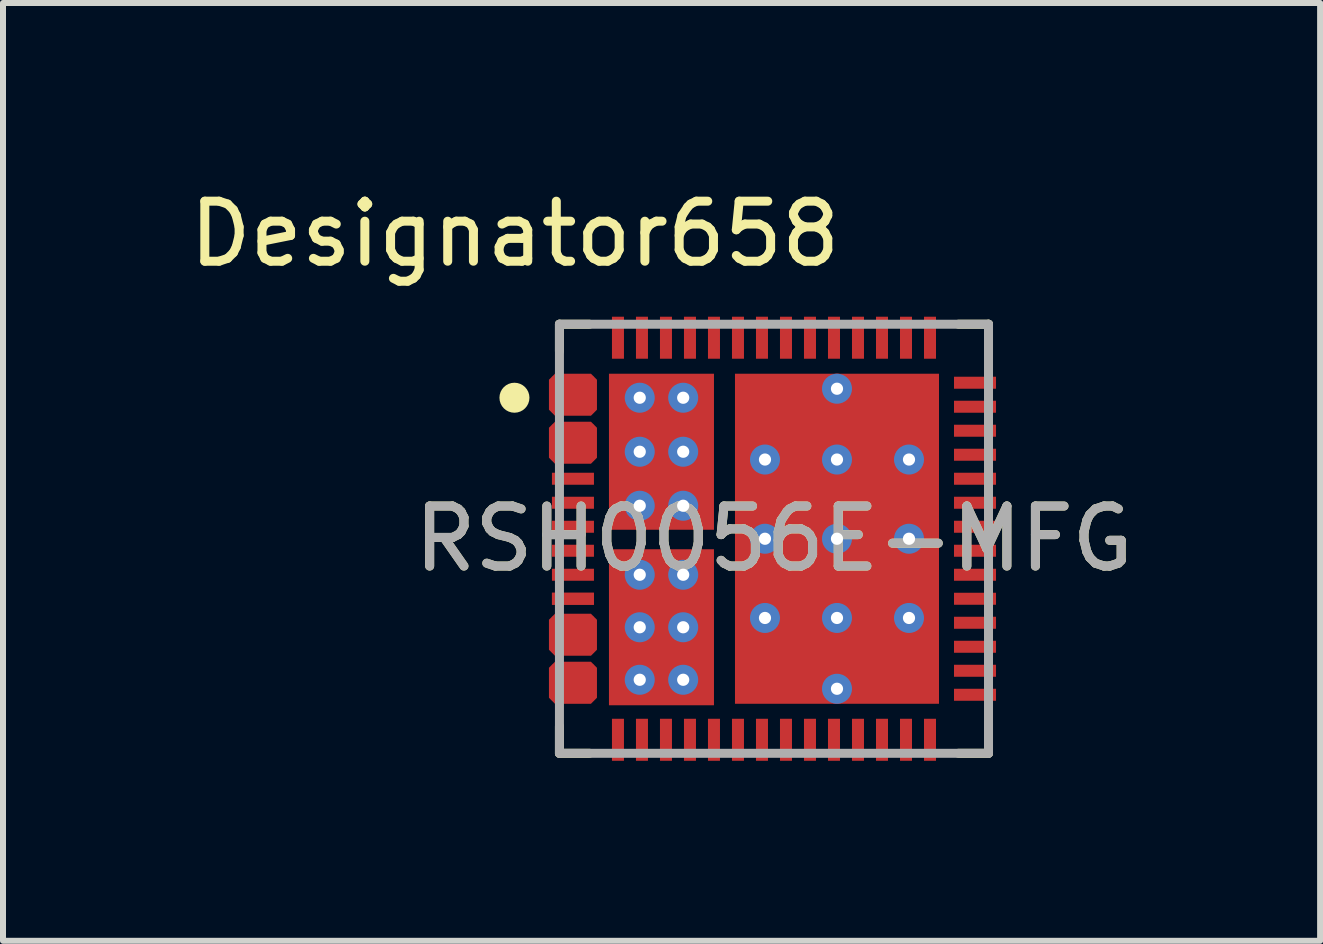
<source format=kicad_pcb>
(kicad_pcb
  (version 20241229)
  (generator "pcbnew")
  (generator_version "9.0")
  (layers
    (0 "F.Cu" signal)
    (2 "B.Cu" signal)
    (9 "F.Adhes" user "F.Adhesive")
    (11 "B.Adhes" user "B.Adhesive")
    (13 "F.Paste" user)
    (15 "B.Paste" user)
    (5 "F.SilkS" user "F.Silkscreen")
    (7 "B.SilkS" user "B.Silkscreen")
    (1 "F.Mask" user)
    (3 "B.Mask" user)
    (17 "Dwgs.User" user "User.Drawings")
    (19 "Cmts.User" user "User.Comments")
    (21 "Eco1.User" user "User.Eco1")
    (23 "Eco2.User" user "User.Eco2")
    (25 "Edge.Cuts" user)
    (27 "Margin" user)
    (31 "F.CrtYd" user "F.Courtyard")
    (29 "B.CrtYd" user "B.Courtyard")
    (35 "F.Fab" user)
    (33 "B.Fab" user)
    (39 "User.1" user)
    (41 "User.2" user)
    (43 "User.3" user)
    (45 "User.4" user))
  (footprint "RSH0056E-MFG"
    (layer "F.Cu")
    (at 9.848 5.928)
    (property "Reference" "RSH0056E-MFG" (at 0 0 0) (unlocked yes) (layer "F.SilkS") (effects (font (size 1 1) (thickness 0.15))))
    (attr smd)
    (fp_poly (pts (xy -3.75 -1.35) (xy -3.75 -1.85) (xy -3.65 -1.95) (xy -3.05 -1.95) (xy -2.95 -1.85) (xy -2.95 -1.35) (xy -3.05 -1.25) (xy -3.65 -1.25)) (stroke (width 0) (type solid)) (fill yes) (layer "F.Cu"))
    (fp_poly (pts (xy -3.75 2.65) (xy -3.75 2.15) (xy -3.65 2.05) (xy -3.05 2.05) (xy -2.95 2.15) (xy -2.95 2.65) (xy -3.05 2.75) (xy -3.65 2.75)) (stroke (width 0) (type solid)) (fill yes) (layer "F.Cu"))
    (fp_poly (pts (xy -3.75 -2.15) (xy -3.75 -2.65) (xy -3.65 -2.75) (xy -3.05 -2.75) (xy -2.95 -2.65) (xy -2.95 -2.15) (xy -3.05 -2.05) (xy -3.65 -2.05)) (stroke (width 0) (type solid)) (fill yes) (layer "F.Cu"))
    (fp_poly (pts (xy -3.75 1.85) (xy -3.75 1.35) (xy -3.65 1.25) (xy -3.05 1.25) (xy -2.95 1.35) (xy -2.95 1.85) (xy -3.05 1.95) (xy -3.65 1.95)) (stroke (width 0) (type solid)) (fill yes) (layer "F.Cu"))
    (fp_poly (pts (xy -0.95 -0.2) (xy -1.05 -0.1) (xy -2.7 -0.1) (xy -2.8 -0.2) (xy -2.8 -2.7) (xy -2.7 -2.8) (xy -1.05 -2.8) (xy -0.95 -2.7)) (stroke (width 0) (type solid)) (fill yes) (layer "F.Mask"))
    (fp_poly (pts (xy -0.95 0.225) (xy -0.95 2.725) (xy -1.05 2.825) (xy -2.7 2.825) (xy -2.8 2.725) (xy -2.8 0.225) (xy -2.7 0.125) (xy -1.05 0.125)) (stroke (width 0) (type solid)) (fill yes) (layer "F.Mask"))
    (fp_poly (pts (xy 2.8 2.7) (xy 2.7 2.8) (xy -0.6 2.8) (xy -0.7 2.7) (xy -0.7 -2.7) (xy -0.6 -2.8) (xy 2.7 -2.8) (xy 2.8 -2.7)) (stroke (width 0) (type solid)) (fill yes) (layer "F.Mask"))
    (fp_poly (pts (xy -3.65 -2.7) (xy -3.7 -2.65) (xy -3.7 -2.55) (xy -3.65 -2.5) (xy -3.25 -2.5) (xy -3.2 -2.45) (xy -3.2 -2.35) (xy -3.25 -2.3) (xy -3.65 -2.3) (xy -3.7 -2.25) (xy -3.7 -2.15) (xy -3.65 -2.1) (xy -3.05 -2.1) (xy -3 -2.15) (xy -3 -2.65) (xy -3.05 -2.7)) (stroke (width 0) (type solid)) (fill yes) (layer "F.Mask"))
    (fp_poly (pts (xy -3.65 1.3) (xy -3.7 1.35) (xy -3.7 1.45) (xy -3.65 1.5) (xy -3.25 1.5) (xy -3.2 1.55) (xy -3.2 1.65) (xy -3.25 1.7) (xy -3.65 1.7) (xy -3.7 1.75) (xy -3.7 1.85) (xy -3.65 1.9) (xy -3.05 1.9) (xy -3 1.85) (xy -3 1.35) (xy -3.05 1.3)) (stroke (width 0) (type solid)) (fill yes) (layer "F.Mask"))
    (fp_poly (pts (xy -3.65 2.1) (xy -3.7 2.15) (xy -3.7 2.25) (xy -3.65 2.3) (xy -3.25 2.3) (xy -3.2 2.35) (xy -3.2 2.45) (xy -3.25 2.5) (xy -3.65 2.5) (xy -3.7 2.55) (xy -3.7 2.65) (xy -3.65 2.7) (xy -3.05 2.7) (xy -3 2.65) (xy -3 2.15) (xy -3.05 2.1)) (stroke (width 0) (type solid)) (fill yes) (layer "F.Mask"))
    (fp_poly (pts (xy -3.35 -1.9) (xy -3.65 -1.9) (xy -3.7 -1.85) (xy -3.7 -1.75) (xy -3.65 -1.7) (xy -3.25 -1.7) (xy -3.2 -1.65) (xy -3.2 -1.55) (xy -3.25 -1.5) (xy -3.65 -1.5) (xy -3.7 -1.45) (xy -3.7 -1.35) (xy -3.65 -1.3) (xy -3.05 -1.3) (xy -3 -1.35) (xy -3 -1.85) (xy -3.05 -1.9)) (stroke (width 0) (type solid)) (fill yes) (layer "F.Mask"))
    (fp_line (start -3.575 -3.575) (end -3.075 -3.575) (stroke (width 0.15) (type solid)) (layer "F.SilkS"))
    (fp_line (start -3.575 -3.125) (end -3.575 -3.575) (stroke (width 0.15) (type solid)) (layer "F.SilkS"))
    (fp_line (start -3.575 3.575) (end -3.575 3.125) (stroke (width 0.15) (type solid)) (layer "F.SilkS"))
    (fp_line (start -3.575 3.575) (end -3.075 3.575) (stroke (width 0.15) (type solid)) (layer "F.SilkS"))
    (fp_line (start 3.075 -3.575) (end 3.575 -3.575) (stroke (width 0.15) (type solid)) (layer "F.SilkS"))
    (fp_line (start 3.075 3.575) (end 3.575 3.575) (stroke (width 0.15) (type solid)) (layer "F.SilkS"))
    (fp_line (start 3.575 -3.075) (end 3.575 -3.575) (stroke (width 0.15) (type solid)) (layer "F.SilkS"))
    (fp_line (start 3.575 3.575) (end 3.575 3.075) (stroke (width 0.15) (type solid)) (layer "F.SilkS"))
    (fp_circle (center -4.325 -2.35) (end -4.2 -2.35) (stroke (width 0.25) (type solid)) (fill no) (layer "F.SilkS"))
    (fp_poly (pts (xy -2.61 1.325) (xy -2.61 0.275) (xy -2.56 0.225) (xy -1.19 0.225) (xy -1.14 0.275) (xy -1.14 1.325) (xy -1.19 1.375) (xy -2.56 1.375)) (stroke (width 0) (type solid)) (fill yes) (layer "F.Paste"))
    (fp_poly (pts (xy -2.56 -1.55) (xy -2.61 -1.6) (xy -2.61 -2.65) (xy -2.56 -2.7) (xy -1.19 -2.7) (xy -1.14 -2.65) (xy -1.14 -1.6) (xy -1.19 -1.55)) (stroke (width 0) (type solid)) (fill yes) (layer "F.Paste"))
    (fp_poly (pts (xy -2.56 -1.35) (xy -1.19 -1.35) (xy -1.14 -1.3) (xy -1.14 -0.25) (xy -1.19 -0.2) (xy -2.56 -0.2) (xy -2.61 -0.25) (xy -2.61 -1.3)) (stroke (width 0) (type solid)) (fill yes) (layer "F.Paste"))
    (fp_poly (pts (xy -2.56 1.575) (xy -1.19 1.575) (xy -1.14 1.625) (xy -1.14 2.675) (xy -1.19 2.725) (xy -2.56 2.725) (xy -2.61 2.675) (xy -2.61 1.625)) (stroke (width 0) (type solid)) (fill yes) (layer "F.Paste"))
    (fp_poly (pts (xy -0.47 -1.42) (xy -0.52 -1.47) (xy -0.52 -2.49) (xy -0.47 -2.54) (xy 0.9 -2.54) (xy 0.95 -2.49) (xy 0.95 -1.47) (xy 0.9 -1.42)) (stroke (width 0) (type solid)) (fill yes) (layer "F.Paste"))
    (fp_poly (pts (xy -0.47 1.42) (xy 0.9 1.42) (xy 0.95 1.47) (xy 0.95 2.49) (xy 0.9 2.54) (xy -0.47 2.54) (xy -0.52 2.49) (xy -0.52 1.47)) (stroke (width 0) (type solid)) (fill yes) (layer "F.Paste"))
    (fp_poly (pts (xy 0.95 -0.15) (xy 0.9 -0.1) (xy -0.47 -0.1) (xy -0.52 -0.15) (xy -0.52 -1.17) (xy -0.47 -1.22) (xy 0.9 -1.22) (xy 0.95 -1.17)) (stroke (width 0) (type solid)) (fill yes) (layer "F.Paste"))
    (fp_poly (pts (xy 0.95 1.17) (xy 0.9 1.22) (xy -0.47 1.22) (xy -0.52 1.17) (xy -0.52 0.15) (xy -0.47 0.1) (xy 0.9 0.1) (xy 0.95 0.15)) (stroke (width 0) (type solid)) (fill yes) (layer "F.Paste"))
    (fp_poly (pts (xy 1.2 -2.54) (xy 2.57 -2.54) (xy 2.62 -2.49) (xy 2.62 -1.47) (xy 2.57 -1.42) (xy 1.2 -1.42) (xy 1.15 -1.47) (xy 1.15 -2.49)) (stroke (width 0) (type solid)) (fill yes) (layer "F.Paste"))
    (fp_poly (pts (xy 2.57 0.1) (xy 2.62 0.15) (xy 2.62 1.17) (xy 2.57 1.22) (xy 1.2 1.22) (xy 1.15 1.17) (xy 1.15 0.15) (xy 1.2 0.1)) (stroke (width 0) (type solid)) (fill yes) (layer "F.Paste"))
    (fp_poly (pts (xy 2.57 2.54) (xy 1.2 2.54) (xy 1.15 2.49) (xy 1.15 1.47) (xy 1.2 1.42) (xy 2.57 1.42) (xy 2.62 1.47) (xy 2.62 2.49)) (stroke (width 0) (type solid)) (fill yes) (layer "F.Paste"))
    (fp_poly (pts (xy 2.62 -1.17) (xy 2.62 -0.15) (xy 2.57 -0.1) (xy 1.2 -0.1) (xy 1.15 -0.15) (xy 1.15 -1.17) (xy 1.2 -1.22) (xy 2.57 -1.22)) (stroke (width 0) (type solid)) (fill yes) (layer "F.Paste"))
    (fp_poly (pts (xy -3.65 -2.7) (xy -3.7 -2.65) (xy -3.7 -2.55) (xy -3.65 -2.5) (xy -3.25 -2.5) (xy -3.2 -2.45) (xy -3.2 -2.35) (xy -3.25 -2.3) (xy -3.65 -2.3) (xy -3.7 -2.25) (xy -3.7 -2.15) (xy -3.65 -2.1) (xy -3.05 -2.1) (xy -3 -2.15) (xy -3 -2.65) (xy -3.05 -2.7)) (stroke (width 0) (type solid)) (fill yes) (layer "F.Paste"))
    (fp_poly (pts (xy -3.65 1.3) (xy -3.7 1.35) (xy -3.7 1.45) (xy -3.65 1.5) (xy -3.25 1.5) (xy -3.2 1.55) (xy -3.2 1.65) (xy -3.25 1.7) (xy -3.65 1.7) (xy -3.7 1.75) (xy -3.7 1.85) (xy -3.65 1.9) (xy -3.05 1.9) (xy -3 1.85) (xy -3 1.35) (xy -3.05 1.3)) (stroke (width 0) (type solid)) (fill yes) (layer "F.Paste"))
    (fp_poly (pts (xy -3.65 2.1) (xy -3.7 2.15) (xy -3.7 2.25) (xy -3.65 2.3) (xy -3.25 2.3) (xy -3.2 2.35) (xy -3.2 2.45) (xy -3.25 2.5) (xy -3.65 2.5) (xy -3.7 2.55) (xy -3.7 2.65) (xy -3.65 2.7) (xy -3.05 2.7) (xy -3 2.65) (xy -3 2.15) (xy -3.05 2.1)) (stroke (width 0) (type solid)) (fill yes) (layer "F.Paste"))
    (fp_poly (pts (xy -3.35 -1.9) (xy -3.65 -1.9) (xy -3.7 -1.85) (xy -3.7 -1.75) (xy -3.65 -1.7) (xy -3.25 -1.7) (xy -3.2 -1.65) (xy -3.2 -1.55) (xy -3.25 -1.5) (xy -3.65 -1.5) (xy -3.7 -1.45) (xy -3.7 -1.35) (xy -3.65 -1.3) (xy -3.05 -1.3) (xy -3 -1.35) (xy -3 -1.85) (xy -3.05 -1.9)) (stroke (width 0) (type solid)) (fill yes) (layer "F.Paste"))
    (fp_line (start -3.575 -3.575) (end 3.575 -3.575) (stroke (width 0.15) (type solid)) (layer "F.Fab"))
    (fp_line (start -3.575 3.575) (end -3.575 -3.575) (stroke (width 0.15) (type solid)) (layer "F.Fab"))
    (fp_line (start -3.575 3.575) (end 3.575 3.575) (stroke (width 0.15) (type solid)) (layer "F.Fab"))
    (fp_line (start 3.575 3.575) (end 3.575 -3.575) (stroke (width 0.15) (type solid)) (layer "F.Fab"))
    (fp_text user "Designator658" (at -4.318 -5.08 0) (unlocked yes) (layer "F.SilkS") (effects (font (size 1 1) (thickness 0.15))))
    (fp_text user "${REFERENCE}" (at 0 0 0) (unlocked yes) (layer "F.Fab") (effects (font (size 1 1) (thickness 0.15))))
    (pad "1" smd rect (at -3.35 -2.6) (size 0.7 0.2) (layers "F.Cu"))
    (pad "2" smd rect (at -3.35 -2.2) (size 0.7 0.2) (layers "F.Cu"))
    (pad "3" smd rect (at -3.35 -1.8) (size 0.7 0.2) (layers "F.Cu"))
    (pad "4" smd rect (at -3.35 -1.4) (size 0.7 0.2) (layers "F.Cu"))
    (pad "5" smd rect (at -3.35 -1) (size 0.7 0.2) (layers "F.Cu" "F.Mask" "F.Paste"))
    (pad "6" smd rect (at -3.35 -0.6) (size 0.7 0.2) (layers "F.Cu" "F.Mask" "F.Paste"))
    (pad "7" smd rect (at -3.35 -0.2) (size 0.7 0.2) (layers "F.Cu" "F.Mask" "F.Paste"))
    (pad "8" smd rect (at -3.35 0.2) (size 0.7 0.2) (layers "F.Cu" "F.Mask" "F.Paste"))
    (pad "9" smd rect (at -3.35 0.6) (size 0.7 0.2) (layers "F.Cu" "F.Mask" "F.Paste"))
    (pad "10" smd rect (at -3.35 1) (size 0.7 0.2) (layers "F.Cu" "F.Mask" "F.Paste"))
    (pad "11" smd rect (at -3.35 1) (size 0.7 0.2) (layers "F.Cu" "F.Mask" "F.Paste"))
    (pad "12" smd rect (at -3.35 1.4) (size 0.7 0.2) (layers "F.Cu"))
    (pad "13" smd rect (at -3.35 1.8) (size 0.7 0.2) (layers "F.Cu"))
    (pad "14" smd rect (at -3.35 2.2) (size 0.7 0.2) (layers "F.Cu"))
    (pad "15" smd rect (at -3.35 2.6) (size 0.7 0.2) (layers "F.Cu"))
    (pad "16" smd rect (at -2.6 3.35 90) (size 0.7 0.2) (layers "F.Cu" "F.Mask" "F.Paste"))
    (pad "17" smd rect (at -2.2 3.35 90) (size 0.7 0.2) (layers "F.Cu" "F.Mask" "F.Paste"))
    (pad "18" smd rect (at -1.8 3.35 90) (size 0.7 0.2) (layers "F.Cu" "F.Mask" "F.Paste"))
    (pad "19" smd rect (at -1.4 3.35 90) (size 0.7 0.2) (layers "F.Cu" "F.Mask" "F.Paste"))
    (pad "20" smd rect (at -1 3.35 90) (size 0.7 0.2) (layers "F.Cu" "F.Mask" "F.Paste"))
    (pad "21" smd rect (at -0.6 3.35 90) (size 0.7 0.2) (layers "F.Cu" "F.Mask" "F.Paste"))
    (pad "22" smd rect (at -0.2 3.35 90) (size 0.7 0.2) (layers "F.Cu" "F.Mask" "F.Paste"))
    (pad "23" smd rect (at 0.2 3.35 90) (size 0.7 0.2) (layers "F.Cu" "F.Mask" "F.Paste"))
    (pad "24" smd rect (at 0.6 3.35 90) (size 0.7 0.2) (layers "F.Cu" "F.Mask" "F.Paste"))
    (pad "25" smd rect (at 1 3.35 90) (size 0.7 0.2) (layers "F.Cu" "F.Mask" "F.Paste"))
    (pad "26" smd rect (at 1.4 3.35 90) (size 0.7 0.2) (layers "F.Cu" "F.Mask" "F.Paste"))
    (pad "27" smd rect (at 1.8 3.35 90) (size 0.7 0.2) (layers "F.Cu" "F.Mask" "F.Paste"))
    (pad "28" smd rect (at 2.2 3.35 90) (size 0.7 0.2) (layers "F.Cu" "F.Mask" "F.Paste"))
    (pad "29" smd rect (at 2.6 3.35 90) (size 0.7 0.2) (layers "F.Cu" "F.Mask" "F.Paste"))
    (pad "30" smd rect (at 3.35 2.6) (size 0.7 0.2) (layers "F.Cu" "F.Mask" "F.Paste"))
    (pad "31" smd rect (at 3.35 2.2) (size 0.7 0.2) (layers "F.Cu" "F.Mask" "F.Paste"))
    (pad "32" smd rect (at 3.35 1.8) (size 0.7 0.2) (layers "F.Cu" "F.Mask" "F.Paste"))
    (pad "33" smd rect (at 3.35 1.4) (size 0.7 0.2) (layers "F.Cu" "F.Mask" "F.Paste"))
    (pad "34" smd rect (at 3.35 1) (size 0.7 0.2) (layers "F.Cu" "F.Mask" "F.Paste"))
    (pad "35" smd rect (at 3.35 0.6) (size 0.7 0.2) (layers "F.Cu" "F.Mask" "F.Paste"))
    (pad "36" smd rect (at 3.35 0.2) (size 0.7 0.2) (layers "F.Cu" "F.Mask" "F.Paste"))
    (pad "37" smd rect (at 3.35 -0.2) (size 0.7 0.2) (layers "F.Cu" "F.Mask" "F.Paste"))
    (pad "38" smd rect (at 3.35 -0.6) (size 0.7 0.2) (layers "F.Cu" "F.Mask" "F.Paste"))
    (pad "39" smd rect (at 3.35 -1) (size 0.7 0.2) (layers "F.Cu" "F.Mask" "F.Paste"))
    (pad "40" smd rect (at 3.35 -1.4) (size 0.7 0.2) (layers "F.Cu" "F.Mask" "F.Paste"))
    (pad "41" smd rect (at 3.35 -1.8) (size 0.7 0.2) (layers "F.Cu" "F.Mask" "F.Paste"))
    (pad "42" smd rect (at 3.35 -2.2) (size 0.7 0.2) (layers "F.Cu" "F.Mask" "F.Paste"))
    (pad "43" smd rect (at 3.35 -2.6) (size 0.7 0.2) (layers "F.Cu" "F.Mask" "F.Paste"))
    (pad "44" smd rect (at 2.6 -3.35 90) (size 0.7 0.2) (layers "F.Cu" "F.Mask" "F.Paste"))
    (pad "45" smd rect (at 2.2 -3.35 90) (size 0.7 0.2) (layers "F.Cu" "F.Mask" "F.Paste"))
    (pad "46" smd rect (at 1.8 -3.35 90) (size 0.7 0.2) (layers "F.Cu" "F.Mask" "F.Paste"))
    (pad "47" smd rect (at 1.4 -3.35 90) (size 0.7 0.2) (layers "F.Cu" "F.Mask" "F.Paste"))
    (pad "48" smd rect (at 1 -3.35 90) (size 0.7 0.2) (layers "F.Cu" "F.Mask" "F.Paste"))
    (pad "49" smd rect (at 0.6 -3.35 90) (size 0.7 0.2) (layers "F.Cu" "F.Mask" "F.Paste"))
    (pad "50" smd rect (at 0.2 -3.35 90) (size 0.7 0.2) (layers "F.Cu" "F.Mask" "F.Paste"))
    (pad "51" smd rect (at -0.2 -3.35 90) (size 0.7 0.2) (layers "F.Cu" "F.Mask" "F.Paste"))
    (pad "52" smd rect (at -0.6 -3.35 90) (size 0.7 0.2) (layers "F.Cu" "F.Mask" "F.Paste"))
    (pad "53" smd rect (at -1 -3.35 90) (size 0.7 0.2) (layers "F.Cu" "F.Mask" "F.Paste"))
    (pad "54" smd rect (at -1.4 -3.35 90) (size 0.7 0.2) (layers "F.Cu" "F.Mask" "F.Paste"))
    (pad "55" smd rect (at -1.8 -3.35 90) (size 0.7 0.2) (layers "F.Cu" "F.Mask" "F.Paste"))
    (pad "56" smd rect (at -2.2 -3.35 90) (size 0.7 0.2) (layers "F.Cu" "F.Mask" "F.Paste"))
    (pad "57" smd rect (at -2.6 -3.35 90) (size 0.7 0.2) (layers "F.Cu" "F.Mask" "F.Paste"))
    (pad "58" smd rect (at -1.875 -1.45) (size 1.75 2.6) (layers "F.Cu"))
    (pad "59" smd rect (at -1.875 1.475) (size 1.75 2.6) (layers "F.Cu"))
    (pad "60" smd rect (at 1.05 0) (size 3.4 5.5) (layers "F.Cu"))
    (pad "61" thru_hole circle (at -2.237 0.6) (size 0.5 0.5) (drill 0.203) (layers "*.Cu" "*.Mask"))
    (pad "62" thru_hole circle (at -2.237 1.475) (size 0.5 0.5) (drill 0.203) (layers "*.Cu" "*.Mask"))
    (pad "63" thru_hole circle (at -2.237 2.35) (size 0.5 0.5) (drill 0.203) (layers "*.Cu" "*.Mask"))
    (pad "64" thru_hole circle (at -1.513 0.6) (size 0.5 0.5) (drill 0.203) (layers "*.Cu" "*.Mask"))
    (pad "65" thru_hole circle (at -1.513 1.475) (size 0.5 0.5) (drill 0.203) (layers "*.Cu" "*.Mask"))
    (pad "66" thru_hole circle (at -1.513 2.35) (size 0.5 0.5) (drill 0.203) (layers "*.Cu" "*.Mask"))
    (pad "67" thru_hole circle (at -2.237 -1.45) (size 0.5 0.5) (drill 0.203) (layers "*.Cu" "*.Mask"))
    (pad "68" thru_hole circle (at -2.237 -0.55) (size 0.5 0.5) (drill 0.203) (layers "*.Cu" "*.Mask"))
    (pad "69" thru_hole circle (at -1.513 -0.55) (size 0.5 0.5) (drill 0.203) (layers "*.Cu" "*.Mask"))
    (pad "70" thru_hole circle (at -1.513 -1.45) (size 0.5 0.5) (drill 0.203) (layers "*.Cu" "*.Mask"))
    (pad "71" thru_hole circle (at -1.513 -2.35) (size 0.5 0.5) (drill 0.203) (layers "*.Cu" "*.Mask"))
    (pad "72" thru_hole circle (at -2.237 -2.35) (size 0.5 0.5) (drill 0.203) (layers "*.Cu" "*.Mask"))
    (pad "73" thru_hole circle (at -0.15 -1.32) (size 0.5 0.5) (drill 0.203) (layers "*.Cu" "*.Mask"))
    (pad "74" thru_hole circle (at 1.05 -1.32) (size 0.5 0.5) (drill 0.203) (layers "*.Cu" "*.Mask"))
    (pad "75" thru_hole circle (at 2.25 -1.32) (size 0.5 0.5) (drill 0.203) (layers "*.Cu" "*.Mask"))
    (pad "76" thru_hole circle (at -0.15 0) (size 0.5 0.5) (drill 0.203) (layers "*.Cu" "*.Mask"))
    (pad "77" thru_hole circle (at 2.25 0) (size 0.5 0.5) (drill 0.203) (layers "*.Cu" "*.Mask"))
    (pad "78" thru_hole circle (at -0.15 1.32) (size 0.5 0.5) (drill 0.203) (layers "*.Cu" "*.Mask"))
    (pad "79" thru_hole circle (at 1.05 1.32) (size 0.5 0.5) (drill 0.203) (layers "*.Cu" "*.Mask"))
    (pad "80" thru_hole circle (at 2.25 1.32) (size 0.5 0.5) (drill 0.203) (layers "*.Cu" "*.Mask"))
    (pad "81" thru_hole circle (at 1.05 -2.5) (size 0.5 0.5) (drill 0.203) (layers "*.Cu" "*.Mask"))
    (pad "82" thru_hole circle (at 1.05 2.5) (size 0.5 0.5) (drill 0.203) (layers "*.Cu" "*.Mask"))
    (pad "83" thru_hole circle (at 1.05 0) (size 0.5 0.5) (drill 0.203) (layers "*.Cu" "*.Mask")))
  (gr_rect
    (start -3 -3)
    (end 18.949 12.628)
    (stroke (width 0.1) (type default))
    (fill no)
    (layer "Edge.Cuts")))
</source>
